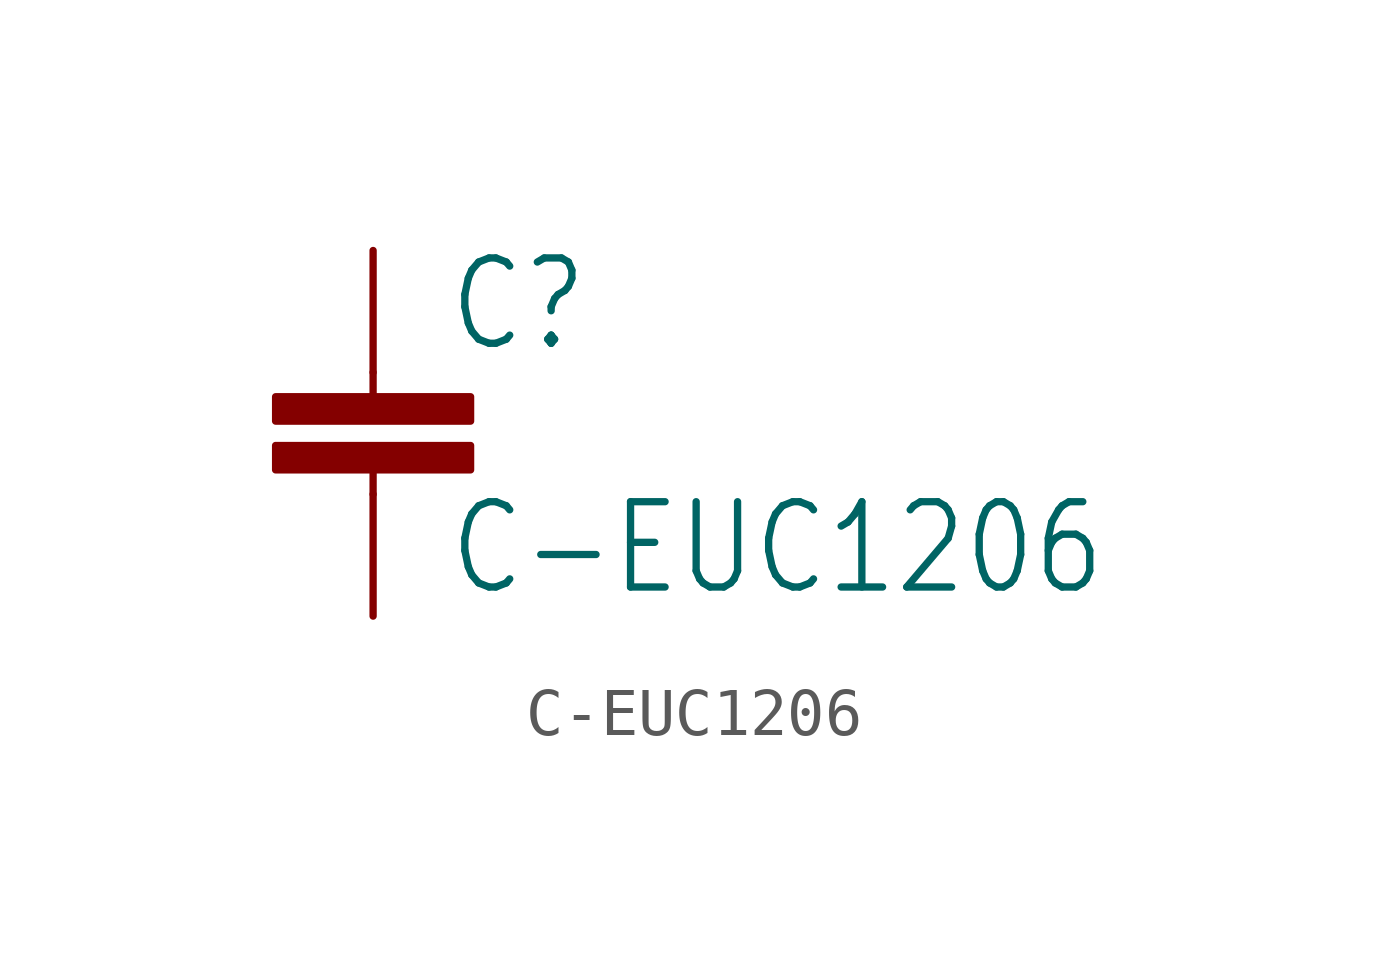
<source format=kicad_sym>
(kicad_symbol_lib
  (version 20211014)
  (generator kicad_symbol_editor)
  (symbol "C-EUC1206"
    (property "Reference" "C"
      (at 1.524 0.381 0)
      (effects (font (size 1.778 1.511)) (justify left bottom)))
    (property "Value" "C-EUC1206"
      (at 1.524 -4.699 0)
      (effects (font (size 1.778 1.511)) (justify left bottom)))
    (property "ki_locked" ""
      (at 0 0 0)
      (effects (font (size 1.27 1.27))))
    (symbol "C-EUC1206_1_0"
      (rectangle (start -2.032 -2.032) (end 2.032 -1.524) (stroke (width 0) (type default) (color 0 0 0 0)) (fill (type outline)))
      (rectangle (start -2.032 -1.016) (end 2.032 -0.508) (stroke (width 0) (type default) (color 0 0 0 0)) (fill (type outline)))
      (polyline (pts (xy 0 -2.54) (xy 0 -2.032)) (stroke (width 0.152) (type default) (color 0 0 0 0)) (fill (type none)))
      (polyline (pts (xy 0 0) (xy 0 -0.508)) (stroke (width 0.152) (type default) (color 0 0 0 0)) (fill (type none)))
      (pin passive line (at 0 2.54 270) (length 2.54) (name "1" (effects (font (size 0 0)))) (number "1" (effects (font (size 0 0)))))
      (pin passive line (at 0 -5.08 90) (length 2.54) (name "2" (effects (font (size 0 0)))) (number "2" (effects (font (size 0 0))))))))
</source>
